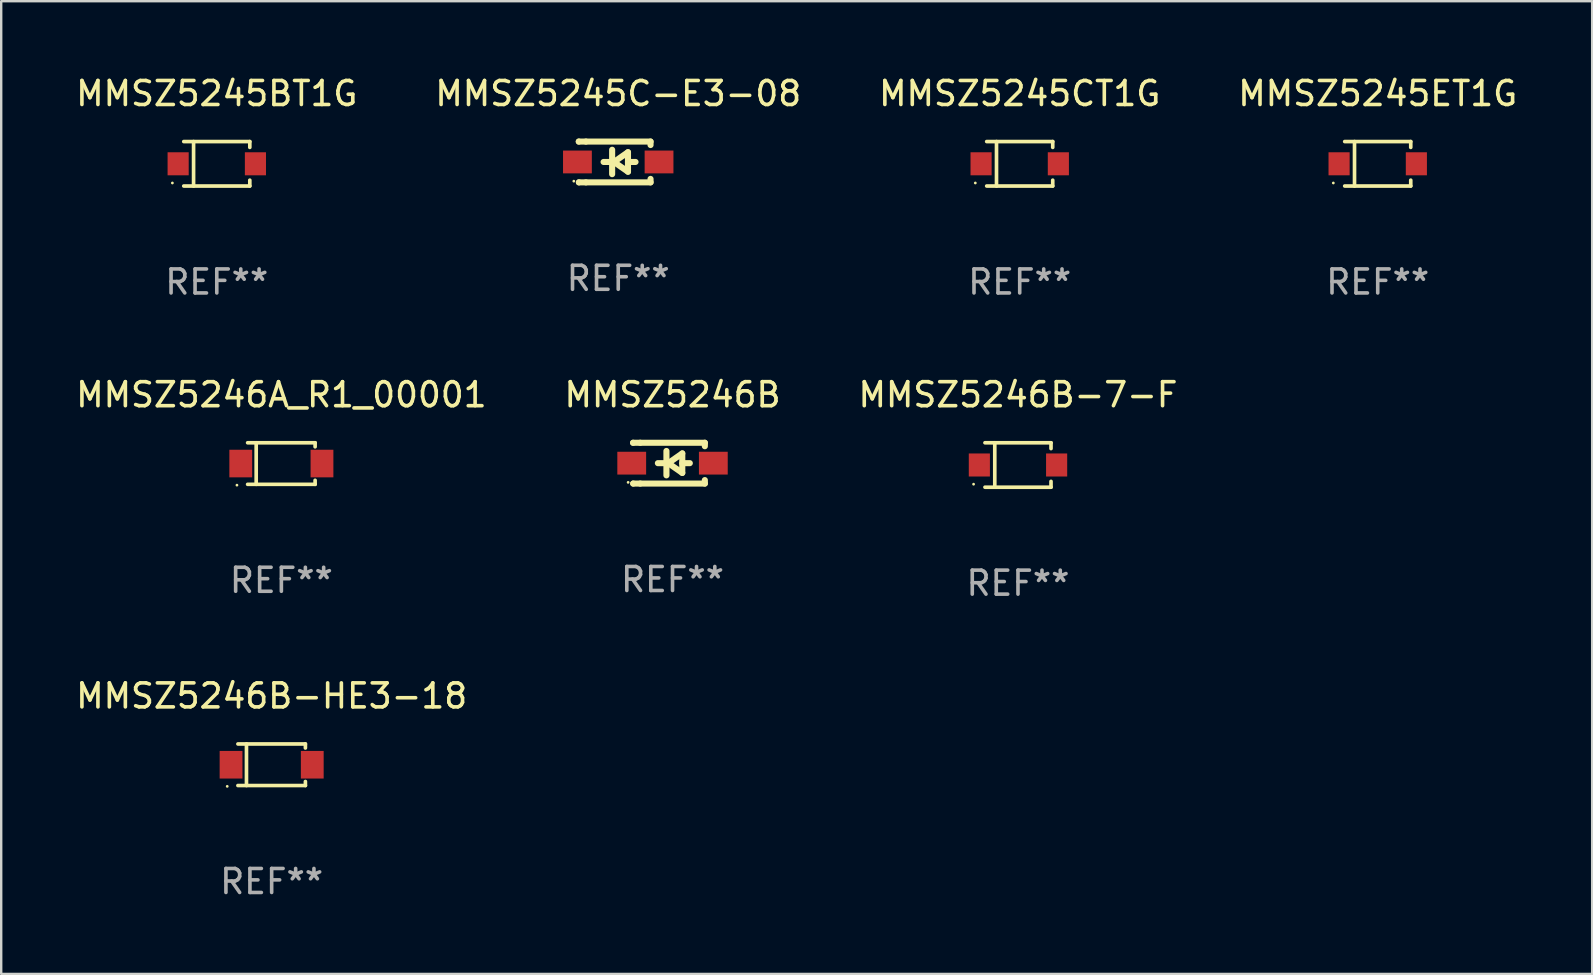
<source format=kicad_pcb>
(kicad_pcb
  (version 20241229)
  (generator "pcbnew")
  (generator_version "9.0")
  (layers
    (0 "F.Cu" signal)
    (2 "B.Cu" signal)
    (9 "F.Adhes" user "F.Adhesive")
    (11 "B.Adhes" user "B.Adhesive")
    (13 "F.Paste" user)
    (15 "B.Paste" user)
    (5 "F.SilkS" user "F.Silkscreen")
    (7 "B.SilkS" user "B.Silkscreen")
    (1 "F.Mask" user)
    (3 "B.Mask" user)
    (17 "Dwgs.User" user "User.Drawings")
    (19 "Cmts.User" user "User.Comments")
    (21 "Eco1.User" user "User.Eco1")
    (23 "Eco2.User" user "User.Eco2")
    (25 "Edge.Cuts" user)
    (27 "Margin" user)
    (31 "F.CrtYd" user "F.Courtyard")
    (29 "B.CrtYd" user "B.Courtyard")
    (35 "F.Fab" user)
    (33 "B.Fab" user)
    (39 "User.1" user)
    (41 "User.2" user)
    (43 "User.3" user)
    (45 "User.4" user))
  (footprint "MMSZ5245ET1G"
    (layer "F.Cu")
    (at 54.351 3.774)
    (property "Reference" "MMSZ5245ET1G" (at 0 -2.926 0) (layer "F.SilkS") (effects (font (size 1 1) (thickness 0.15))))
    (attr through_hole)
    (fp_line (start -1.376 -0.926) (end 1.376 -0.926) (stroke (width 0.152) (type solid)) (layer "F.SilkS"))
    (fp_line (start -1.376 0.926) (end 1.376 0.926) (stroke (width 0.152) (type solid)) (layer "F.SilkS"))
    (fp_line (start -0.967 -0.926) (end -0.967 0.926) (stroke (width 0.152) (type solid)) (layer "F.SilkS"))
    (fp_line (start 1.376 -0.926) (end 1.376 -0.683) (stroke (width 0.152) (type solid)) (layer "F.SilkS"))
    (fp_line (start 1.376 0.926) (end 1.376 0.683) (stroke (width 0.152) (type solid)) (layer "F.SilkS"))
    (fp_circle (center -1.85 0.8) (end -1.82 0.8) (stroke (width 0.06) (type solid)) (fill no) (layer "F.SilkS"))
    (fp_text user "REF**" (at 0 4.926 0) (layer "F.Fab") (effects (font (size 1 1) (thickness 0.15))))
    (pad "1" smd rect (at -1.61 0) (size 0.88 0.96) (layers "F.Cu" "F.Mask" "F.Paste"))
    (pad "2" smd rect (at 1.61 0) (size 0.88 0.96) (layers "F.Cu" "F.Mask" "F.Paste")))
  (footprint "MMSZ5246B"
    (layer "F.Cu")
    (at 24.97 16.247)
    (property "Reference" "MMSZ5246B" (at 0 -2.85 0) (layer "F.SilkS") (effects (font (size 1 1) (thickness 0.15))))
    (attr through_hole)
    (fp_line (start -1.643 -0.85) (end -1.644 -0.849) (stroke (width 0.254) (type solid)) (layer "F.SilkS"))
    (fp_line (start -1.638 0.85) (end -1.639 0.849) (stroke (width 0.254) (type solid)) (layer "F.SilkS"))
    (fp_line (start -1.346 -0.85) (end -1.643 -0.85) (stroke (width 0.254) (type solid)) (layer "F.SilkS"))
    (fp_line (start -1.346 -0.85) (end 1.346 -0.85) (stroke (width 0.254) (type solid)) (layer "F.SilkS"))
    (fp_line (start -1.346 0.85) (end -1.638 0.85) (stroke (width 0.254) (type solid)) (layer "F.SilkS"))
    (fp_line (start -0.28 0) (end -0.61 0) (stroke (width 0.254) (type solid)) (layer "F.SilkS"))
    (fp_line (start -0.254 -0.508) (end -0.254 0.508) (stroke (width 0.254) (type solid)) (layer "F.SilkS"))
    (fp_line (start -0.178 0) (end 0.406 -0.406) (stroke (width 0.254) (type solid)) (layer "F.SilkS"))
    (fp_line (start 0.406 -0.406) (end 0.406 0.406) (stroke (width 0.254) (type solid)) (layer "F.SilkS"))
    (fp_line (start 0.406 -0.000254) (end 0.72 -0.000254) (stroke (width 0.254) (type solid)) (layer "F.SilkS"))
    (fp_line (start 0.406 0.406) (end -0.178 0) (stroke (width 0.254) (type solid)) (layer "F.SilkS"))
    (fp_line (start 1.346 -0.85) (end 1.346 -0.706) (stroke (width 0.254) (type solid)) (layer "F.SilkS"))
    (fp_line (start 1.346 0.706) (end 1.346 0.85) (stroke (width 0.254) (type solid)) (layer "F.SilkS"))
    (fp_line (start 1.346 0.85) (end -1.346 0.85) (stroke (width 0.254) (type solid)) (layer "F.SilkS"))
    (fp_circle (center -1.85 0.8) (end -1.82 0.8) (stroke (width 0.06) (type solid)) (fill no) (layer "F.SilkS"))
    (fp_text user "REF**" (at 0 4.85 0) (layer "F.Fab") (effects (font (size 1 1) (thickness 0.15))))
    (pad "1" smd rect (at -1.7 0) (size 1.2 0.95) (layers "F.Cu" "F.Mask" "F.Paste"))
    (pad "2" smd rect (at 1.7 0) (size 1.2 0.95) (layers "F.Cu" "F.Mask" "F.Paste")))
  (footprint "MMSZ5245C-E3-08"
    (layer "F.Cu")
    (at 22.708 3.698)
    (property "Reference" "MMSZ5245C-E3-08" (at 0 -2.85 0) (layer "F.SilkS") (effects (font (size 1 1) (thickness 0.15))))
    (attr through_hole)
    (fp_line (start -1.643 -0.85) (end -1.644 -0.849) (stroke (width 0.254) (type solid)) (layer "F.SilkS"))
    (fp_line (start -1.638 0.85) (end -1.639 0.849) (stroke (width 0.254) (type solid)) (layer "F.SilkS"))
    (fp_line (start -1.346 -0.85) (end -1.643 -0.85) (stroke (width 0.254) (type solid)) (layer "F.SilkS"))
    (fp_line (start -1.346 -0.85) (end 1.346 -0.85) (stroke (width 0.254) (type solid)) (layer "F.SilkS"))
    (fp_line (start -1.346 0.85) (end -1.638 0.85) (stroke (width 0.254) (type solid)) (layer "F.SilkS"))
    (fp_line (start -0.28 0) (end -0.61 0) (stroke (width 0.254) (type solid)) (layer "F.SilkS"))
    (fp_line (start -0.254 -0.508) (end -0.254 0.508) (stroke (width 0.254) (type solid)) (layer "F.SilkS"))
    (fp_line (start -0.178 0) (end 0.406 -0.406) (stroke (width 0.254) (type solid)) (layer "F.SilkS"))
    (fp_line (start 0.406 -0.406) (end 0.406 0.406) (stroke (width 0.254) (type solid)) (layer "F.SilkS"))
    (fp_line (start 0.406 -0.000254) (end 0.72 -0.000254) (stroke (width 0.254) (type solid)) (layer "F.SilkS"))
    (fp_line (start 0.406 0.406) (end -0.178 0) (stroke (width 0.254) (type solid)) (layer "F.SilkS"))
    (fp_line (start 1.346 -0.85) (end 1.346 -0.706) (stroke (width 0.254) (type solid)) (layer "F.SilkS"))
    (fp_line (start 1.346 0.706) (end 1.346 0.85) (stroke (width 0.254) (type solid)) (layer "F.SilkS"))
    (fp_line (start 1.346 0.85) (end -1.346 0.85) (stroke (width 0.254) (type solid)) (layer "F.SilkS"))
    (fp_circle (center -1.85 0.8) (end -1.82 0.8) (stroke (width 0.06) (type solid)) (fill no) (layer "F.SilkS"))
    (fp_text user "REF**" (at 0 4.85 0) (layer "F.Fab") (effects (font (size 1 1) (thickness 0.15))))
    (pad "1" smd rect (at -1.7 0) (size 1.2 0.95) (layers "F.Cu" "F.Mask" "F.Paste"))
    (pad "2" smd rect (at 1.7 0) (size 1.2 0.95) (layers "F.Cu" "F.Mask" "F.Paste")))
  (footprint "MMSZ5246B-7-F"
    (layer "F.Cu")
    (at 39.363 16.323)
    (property "Reference" "MMSZ5246B-7-F" (at 0 -2.926 0) (layer "F.SilkS") (effects (font (size 1 1) (thickness 0.15))))
    (attr through_hole)
    (fp_line (start -1.376 -0.926) (end 1.376 -0.926) (stroke (width 0.152) (type solid)) (layer "F.SilkS"))
    (fp_line (start -1.376 0.926) (end 1.376 0.926) (stroke (width 0.152) (type solid)) (layer "F.SilkS"))
    (fp_line (start -0.967 -0.926) (end -0.967 0.926) (stroke (width 0.152) (type solid)) (layer "F.SilkS"))
    (fp_line (start 1.376 -0.926) (end 1.376 -0.683) (stroke (width 0.152) (type solid)) (layer "F.SilkS"))
    (fp_line (start 1.376 0.926) (end 1.376 0.683) (stroke (width 0.152) (type solid)) (layer "F.SilkS"))
    (fp_circle (center -1.85 0.8) (end -1.82 0.8) (stroke (width 0.06) (type solid)) (fill no) (layer "F.SilkS"))
    (fp_text user "REF**" (at 0 4.926 0) (layer "F.Fab") (effects (font (size 1 1) (thickness 0.15))))
    (pad "1" smd rect (at -1.61 0) (size 0.88 0.96) (layers "F.Cu" "F.Mask" "F.Paste"))
    (pad "2" smd rect (at 1.61 0) (size 0.88 0.96) (layers "F.Cu" "F.Mask" "F.Paste")))
  (footprint "MMSZ5245CT1G"
    (layer "F.Cu")
    (at 39.435 3.774)
    (property "Reference" "MMSZ5245CT1G" (at 0 -2.926 0) (layer "F.SilkS") (effects (font (size 1 1) (thickness 0.15))))
    (attr through_hole)
    (fp_line (start -1.376 -0.926) (end 1.376 -0.926) (stroke (width 0.152) (type solid)) (layer "F.SilkS"))
    (fp_line (start -1.376 0.926) (end 1.376 0.926) (stroke (width 0.152) (type solid)) (layer "F.SilkS"))
    (fp_line (start -0.967 -0.926) (end -0.967 0.926) (stroke (width 0.152) (type solid)) (layer "F.SilkS"))
    (fp_line (start 1.376 -0.926) (end 1.376 -0.683) (stroke (width 0.152) (type solid)) (layer "F.SilkS"))
    (fp_line (start 1.376 0.926) (end 1.376 0.683) (stroke (width 0.152) (type solid)) (layer "F.SilkS"))
    (fp_circle (center -1.85 0.8) (end -1.82 0.8) (stroke (width 0.06) (type solid)) (fill no) (layer "F.SilkS"))
    (fp_text user "REF**" (at 0 4.926 0) (layer "F.Fab") (effects (font (size 1 1) (thickness 0.15))))
    (pad "1" smd rect (at -1.61 0) (size 0.88 0.96) (layers "F.Cu" "F.Mask" "F.Paste"))
    (pad "2" smd rect (at 1.61 0) (size 0.88 0.96) (layers "F.Cu" "F.Mask" "F.Paste")))
  (footprint "MMSZ5246A_R1_00001"
    (layer "F.Cu")
    (at 8.673 16.263)
    (property "Reference" "MMSZ5246A_R1_00001" (at 0 -2.866 0) (layer "F.SilkS") (effects (font (size 1 1) (thickness 0.15))))
    (attr through_hole)
    (fp_line (start -1.406 -0.866) (end 1.406 -0.866) (stroke (width 0.152) (type solid)) (layer "F.SilkS"))
    (fp_line (start -1.406 0.866) (end 1.406 0.866) (stroke (width 0.152) (type solid)) (layer "F.SilkS"))
    (fp_line (start -1.049 -0.866) (end -1.049 0.866) (stroke (width 0.152) (type solid)) (layer "F.SilkS"))
    (fp_line (start 1.406 -0.866) (end 1.406 -0.698) (stroke (width 0.152) (type solid)) (layer "F.SilkS"))
    (fp_line (start 1.406 0.866) (end 1.406 0.698) (stroke (width 0.152) (type solid)) (layer "F.SilkS"))
    (fp_circle (center -1.851 0.9) (end -1.821 0.9) (stroke (width 0.06) (type solid)) (fill no) (layer "F.SilkS"))
    (fp_text user "REF**" (at 0 4.866 0) (layer "F.Fab") (effects (font (size 1 1) (thickness 0.15))))
    (pad "1" smd rect (at -1.692 0) (size 0.95 1.15) (layers "F.Cu" "F.Mask" "F.Paste"))
    (pad "2" smd rect (at 1.692 0) (size 0.95 1.15) (layers "F.Cu" "F.Mask" "F.Paste")))
  (footprint "MMSZ5246B-HE3-18"
    (layer "F.Cu")
    (at 8.268 28.812)
    (property "Reference" "MMSZ5246B-HE3-18" (at 0 -2.866 0) (layer "F.SilkS") (effects (font (size 1 1) (thickness 0.15))))
    (attr through_hole)
    (fp_line (start -1.406 -0.866) (end 1.406 -0.866) (stroke (width 0.152) (type solid)) (layer "F.SilkS"))
    (fp_line (start -1.406 0.866) (end 1.406 0.866) (stroke (width 0.152) (type solid)) (layer "F.SilkS"))
    (fp_line (start -1.049 -0.866) (end -1.049 0.866) (stroke (width 0.152) (type solid)) (layer "F.SilkS"))
    (fp_line (start 1.406 -0.866) (end 1.406 -0.698) (stroke (width 0.152) (type solid)) (layer "F.SilkS"))
    (fp_line (start 1.406 0.866) (end 1.406 0.698) (stroke (width 0.152) (type solid)) (layer "F.SilkS"))
    (fp_circle (center -1.851 0.9) (end -1.821 0.9) (stroke (width 0.06) (type solid)) (fill no) (layer "F.SilkS"))
    (fp_text user "REF**" (at 0 4.866 0) (layer "F.Fab") (effects (font (size 1 1) (thickness 0.15))))
    (pad "1" smd rect (at -1.692 0) (size 0.95 1.15) (layers "F.Cu" "F.Mask" "F.Paste"))
    (pad "2" smd rect (at 1.692 0) (size 0.95 1.15) (layers "F.Cu" "F.Mask" "F.Paste")))
  (footprint "MMSZ5245BT1G"
    (layer "F.Cu")
    (at 5.982 3.774)
    (property "Reference" "MMSZ5245BT1G" (at 0 -2.926 0) (layer "F.SilkS") (effects (font (size 1 1) (thickness 0.15))))
    (attr through_hole)
    (fp_line (start -1.376 -0.926) (end 1.376 -0.926) (stroke (width 0.152) (type solid)) (layer "F.SilkS"))
    (fp_line (start -1.376 0.926) (end 1.376 0.926) (stroke (width 0.152) (type solid)) (layer "F.SilkS"))
    (fp_line (start -0.967 -0.926) (end -0.967 0.926) (stroke (width 0.152) (type solid)) (layer "F.SilkS"))
    (fp_line (start 1.376 -0.926) (end 1.376 -0.683) (stroke (width 0.152) (type solid)) (layer "F.SilkS"))
    (fp_line (start 1.376 0.926) (end 1.376 0.683) (stroke (width 0.152) (type solid)) (layer "F.SilkS"))
    (fp_circle (center -1.85 0.8) (end -1.82 0.8) (stroke (width 0.06) (type solid)) (fill no) (layer "F.SilkS"))
    (fp_text user "REF**" (at 0 4.926 0) (layer "F.Fab") (effects (font (size 1 1) (thickness 0.15))))
    (pad "1" smd rect (at -1.61 0) (size 0.88 0.96) (layers "F.Cu" "F.Mask" "F.Paste"))
    (pad "2" smd rect (at 1.61 0) (size 0.88 0.96) (layers "F.Cu" "F.Mask" "F.Paste")))
  (gr_rect
    (start -3 -3)
    (end 63.286 37.527)
    (stroke (width 0.1) (type default))
    (fill no)
    (layer "Edge.Cuts")))
</source>
